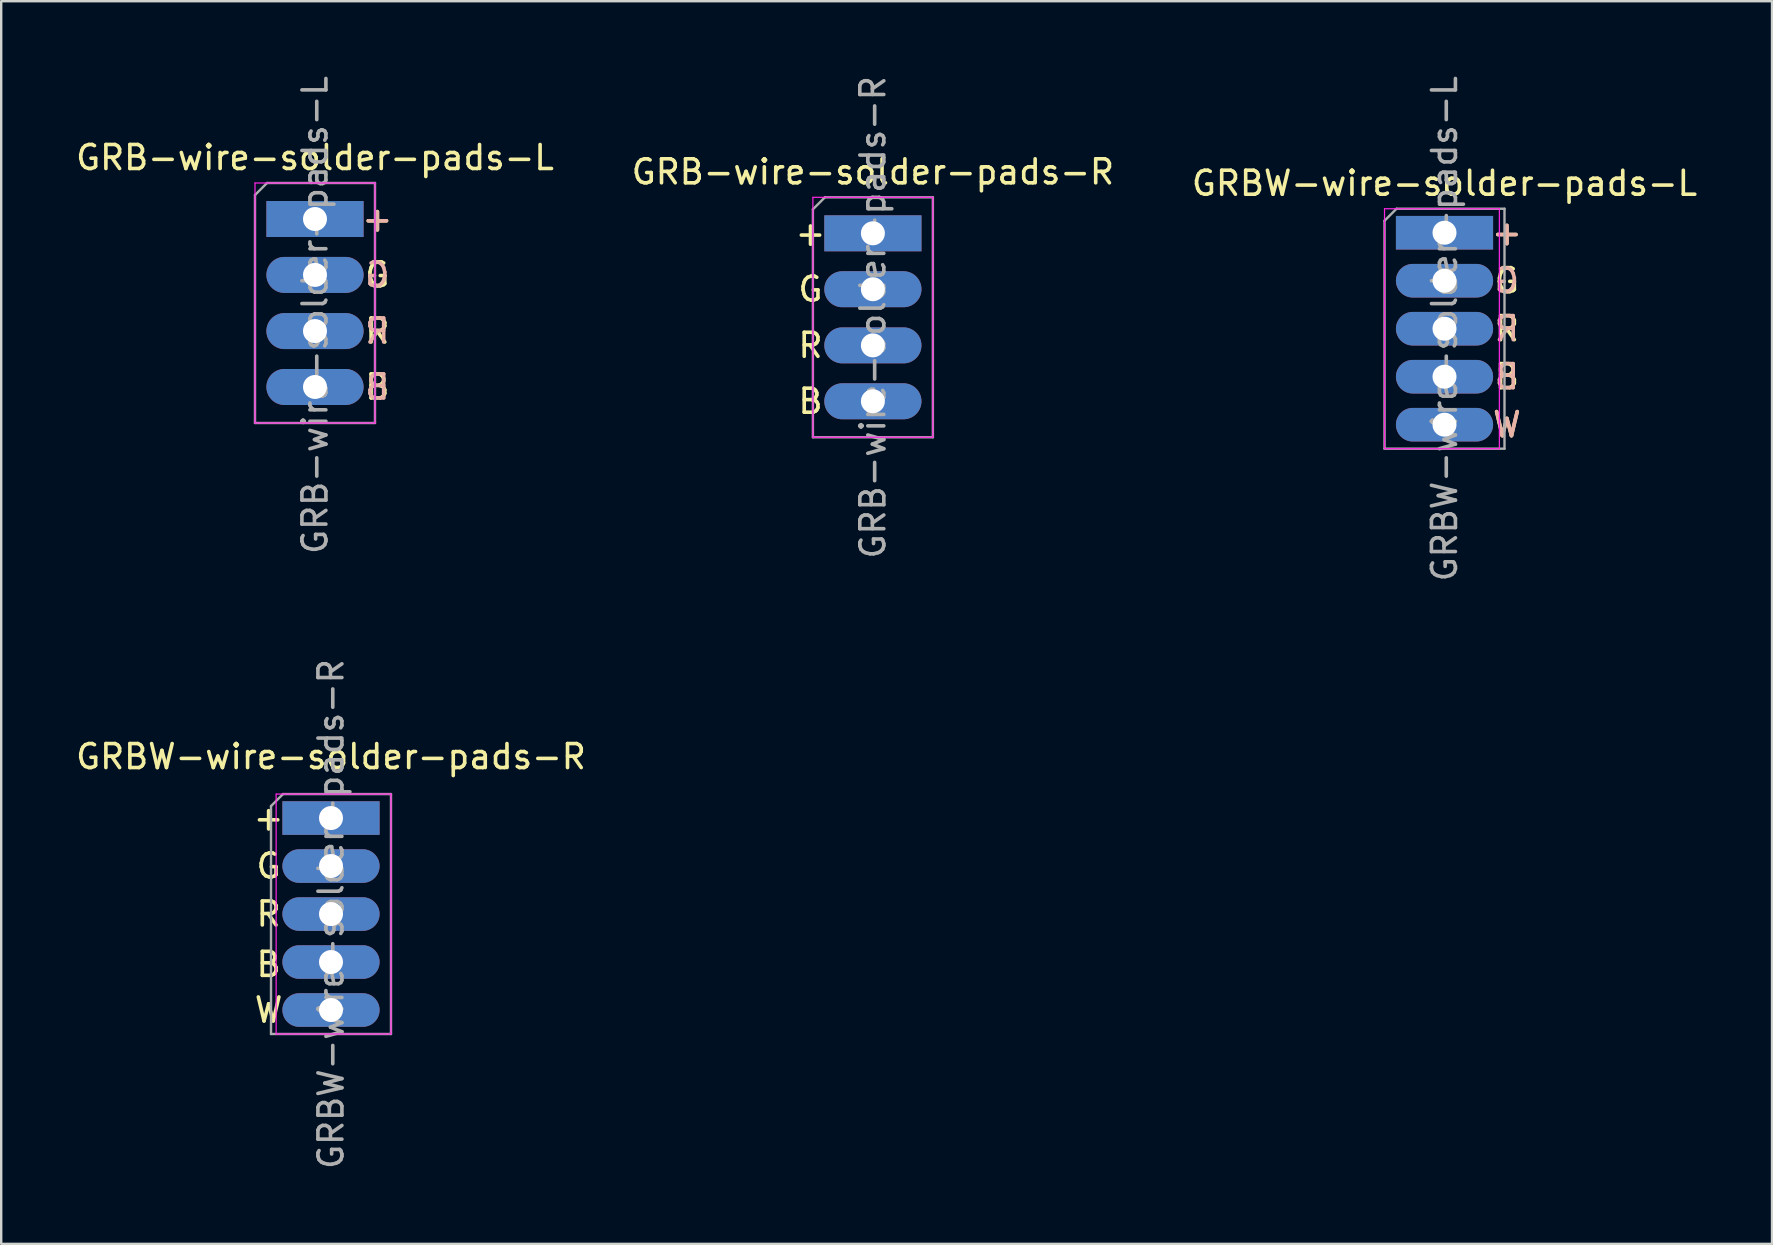
<source format=kicad_pcb>
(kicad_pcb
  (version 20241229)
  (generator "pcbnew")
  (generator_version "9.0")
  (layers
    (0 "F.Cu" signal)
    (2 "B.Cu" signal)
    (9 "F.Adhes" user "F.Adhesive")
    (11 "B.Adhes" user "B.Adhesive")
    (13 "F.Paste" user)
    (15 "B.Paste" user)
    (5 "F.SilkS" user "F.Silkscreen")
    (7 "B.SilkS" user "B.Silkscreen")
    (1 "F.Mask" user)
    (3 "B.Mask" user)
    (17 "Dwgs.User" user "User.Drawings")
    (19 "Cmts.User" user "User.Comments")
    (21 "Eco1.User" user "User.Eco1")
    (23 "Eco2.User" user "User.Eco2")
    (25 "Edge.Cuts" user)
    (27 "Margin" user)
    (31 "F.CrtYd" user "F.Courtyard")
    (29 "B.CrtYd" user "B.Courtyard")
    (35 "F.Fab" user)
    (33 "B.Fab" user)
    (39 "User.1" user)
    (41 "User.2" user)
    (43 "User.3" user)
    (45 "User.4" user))
  (footprint "GRBW-wire-solder-pads-L"
    (layer "F.Cu")
    (at 57.149 6.649)
    (property "Reference" "GRBW-wire-solder-pads-L" (at 0 -2.06 0) (layer "F.SilkS") (effects (font (size 1 1) (thickness 0.15))))
    (attr through_hole)
    (fp_line (start -2.5 -1) (end -2.5 9) (stroke (width 0.05) (type solid)) (layer "F.CrtYd"))
    (fp_line (start -2.5 9) (end 2.286 9) (stroke (width 0.05) (type solid)) (layer "F.CrtYd"))
    (fp_line (start 2.286 -1) (end -2.5 -1) (stroke (width 0.05) (type solid)) (layer "F.CrtYd"))
    (fp_line (start 2.286 9) (end 2.286 -1) (stroke (width 0.05) (type solid)) (layer "F.CrtYd"))
    (fp_line (start -2.5 -0.5) (end -2 -1) (stroke (width 0.1) (type solid)) (layer "F.Fab"))
    (fp_line (start -2.5 9) (end -2.5 -0.5) (stroke (width 0.1) (type solid)) (layer "F.Fab"))
    (fp_line (start -2 -1) (end 2.5 -1) (stroke (width 0.1) (type solid)) (layer "F.Fab"))
    (fp_line (start 2.5 -1) (end 2.5 9) (stroke (width 0.1) (type solid)) (layer "F.Fab"))
    (fp_line (start 2.5 9) (end -2.5 9) (stroke (width 0.1) (type solid)) (layer "F.Fab"))
    (fp_text user "G" (at 2.6 2 0) (layer "F.SilkS") (effects (font (size 1 1) (thickness 0.15))))
    (fp_text user "+" (at 2.6 0 0) (layer "F.SilkS") (effects (font (size 1 1) (thickness 0.15))))
    (fp_text user "W" (at 2.6 8 0) (layer "F.SilkS") (effects (font (size 1 1) (thickness 0.15))))
    (fp_text user "B" (at 2.6 6 0) (layer "F.SilkS") (effects (font (size 1 1) (thickness 0.15))))
    (fp_text user "R" (at 2.6 4 0) (layer "F.SilkS") (effects (font (size 1 1) (thickness 0.15))))
    (fp_text user "R" (at 2.6 4 0) (layer "B.SilkS") (effects (font (size 1 1) (thickness 0.15)) (justify mirror)))
    (fp_text user "G" (at 2.6 2 0) (layer "B.SilkS") (effects (font (size 1 1) (thickness 0.15)) (justify mirror)))
    (fp_text user "B" (at 2.6 6 0) (layer "B.SilkS") (effects (font (size 1 1) (thickness 0.15)) (justify mirror)))
    (fp_text user "W" (at 2.6 8 0) (layer "B.SilkS") (effects (font (size 1 1) (thickness 0.15)) (justify mirror)))
    (fp_text user "+" (at 2.6 0 0) (layer "B.SilkS") (effects (font (size 1 1) (thickness 0.15)) (justify mirror)))
    (fp_text user "${REFERENCE}" (at 0 4 90) (layer "F.Fab") (effects (font (size 1 1) (thickness 0.15))))
    (pad "+" thru_hole rect (at 0 0) (size 4.05 1.4) (drill 1) (layers "*.Cu" "*.Mask"))
    (pad "B" thru_hole oval (at 0 6) (size 4.05 1.4) (drill 1) (layers "*.Cu" "*.Mask"))
    (pad "G" thru_hole oval (at 0 2) (size 4.05 1.4) (drill 1) (layers "*.Cu" "*.Mask"))
    (pad "R" thru_hole oval (at 0 4) (size 4.05 1.4) (drill 1) (layers "*.Cu" "*.Mask"))
    (pad "W" thru_hole oval (at 0 8) (size 4.05 1.4) (drill 1) (layers "*.Cu" "*.Mask")))
  (footprint "GRBW-wire-solder-pads-R"
    (layer "F.Cu")
    (at 10.744 31.042)
    (property "Reference" "GRBW-wire-solder-pads-R" (at 0 -2.56 0) (layer "F.SilkS") (effects (font (size 1 1) (thickness 0.15))))
    (attr through_hole)
    (fp_line (start -2.286 -1) (end -2.286 9) (stroke (width 0.05) (type solid)) (layer "F.CrtYd"))
    (fp_line (start -2.286 9) (end 2.5 9) (stroke (width 0.05) (type solid)) (layer "F.CrtYd"))
    (fp_line (start 2.5 -1) (end -2.286 -1) (stroke (width 0.05) (type solid)) (layer "F.CrtYd"))
    (fp_line (start 2.5 9) (end 2.5 -1) (stroke (width 0.05) (type solid)) (layer "F.CrtYd"))
    (fp_line (start -2.5 -0.5) (end -2 -1) (stroke (width 0.1) (type solid)) (layer "F.Fab"))
    (fp_line (start -2.5 9) (end -2.5 -0.5) (stroke (width 0.1) (type solid)) (layer "F.Fab"))
    (fp_line (start -2 -1) (end 2.5 -1) (stroke (width 0.1) (type solid)) (layer "F.Fab"))
    (fp_line (start 2.5 -1) (end 2.5 9) (stroke (width 0.1) (type solid)) (layer "F.Fab"))
    (fp_line (start 2.5 9) (end -2.5 9) (stroke (width 0.1) (type solid)) (layer "F.Fab"))
    (fp_text user "B" (at -2.6 6.1 0) (layer "F.SilkS") (effects (font (size 1 1) (thickness 0.15))))
    (fp_text user "R" (at -2.6 4 0) (layer "F.SilkS") (effects (font (size 1 1) (thickness 0.15))))
    (fp_text user "G" (at -2.6 2 0) (layer "F.SilkS") (effects (font (size 1 1) (thickness 0.15))))
    (fp_text user "W" (at -2.6 8 0) (layer "F.SilkS") (effects (font (size 1 1) (thickness 0.15))))
    (fp_text user "+" (at -2.6 0 0) (layer "F.SilkS") (effects (font (size 1 1) (thickness 0.15))))
    (fp_text user "${REFERENCE}" (at 0 4 90) (layer "F.Fab") (effects (font (size 1 1) (thickness 0.15))))
    (pad "+" thru_hole rect (at 0 0) (size 4.05 1.4) (drill 1) (layers "*.Cu" "*.Mask"))
    (pad "B" thru_hole oval (at 0 6) (size 4.05 1.4) (drill 1) (layers "*.Cu" "*.Mask"))
    (pad "G" thru_hole oval (at 0 2) (size 4.05 1.4) (drill 1) (layers "*.Cu" "*.Mask"))
    (pad "R" thru_hole oval (at 0 4) (size 4.05 1.4) (drill 1) (layers "*.Cu" "*.Mask"))
    (pad "W" thru_hole oval (at 0 8) (size 4.05 1.4) (drill 1) (layers "*.Cu" "*.Mask")))
  (footprint "GRB-wire-solder-pads-L"
    (layer "F.Cu")
    (at 10.077 6.077)
    (property "Reference" "GRB-wire-solder-pads-L" (at 0 -2.56 0) (layer "F.SilkS") (effects (font (size 1 1) (thickness 0.15))))
    (attr through_hole)
    (fp_line (start -2.5 -1.5) (end -2.5 8.5) (stroke (width 0.05) (type solid)) (layer "F.CrtYd"))
    (fp_line (start -2.5 8.5) (end 2.5 8.5) (stroke (width 0.05) (type solid)) (layer "F.CrtYd"))
    (fp_line (start 2.5 -1.5) (end -2.5 -1.5) (stroke (width 0.05) (type solid)) (layer "F.CrtYd"))
    (fp_line (start 2.5 8.5) (end 2.5 -1.5) (stroke (width 0.05) (type solid)) (layer "F.CrtYd"))
    (fp_line (start -2.5 -1) (end -2 -1.5) (stroke (width 0.1) (type solid)) (layer "F.Fab"))
    (fp_line (start -2.5 8.5) (end -2.5 -1) (stroke (width 0.1) (type solid)) (layer "F.Fab"))
    (fp_line (start -2 -1.5) (end 2.5 -1.5) (stroke (width 0.1) (type solid)) (layer "F.Fab"))
    (fp_line (start 2.5 -1.5) (end 2.5 8.5) (stroke (width 0.1) (type solid)) (layer "F.Fab"))
    (fp_line (start 2.5 8.5) (end -2.5 8.5) (stroke (width 0.1) (type solid)) (layer "F.Fab"))
    (fp_text user "G" (at 2.6 2.33 0) (layer "F.SilkS") (effects (font (size 1 1) (thickness 0.15))))
    (fp_text user "+" (at 2.6 0 0) (layer "F.SilkS") (effects (font (size 1 1) (thickness 0.15))))
    (fp_text user "B" (at 2.6 7 0) (layer "F.SilkS") (effects (font (size 1 1) (thickness 0.15))))
    (fp_text user "R" (at 2.6 4.67 0) (layer "F.SilkS") (effects (font (size 1 1) (thickness 0.15))))
    (fp_text user "R" (at 2.6 4.67 0) (layer "B.SilkS") (effects (font (size 1 1) (thickness 0.15)) (justify mirror)))
    (fp_text user "B" (at 2.6 7 0) (layer "B.SilkS") (effects (font (size 1 1) (thickness 0.15)) (justify mirror)))
    (fp_text user "+" (at 2.6 0 0) (layer "B.SilkS") (effects (font (size 1 1) (thickness 0.15)) (justify mirror)))
    (fp_text user "G" (at 2.6 2.33 0) (layer "B.SilkS") (effects (font (size 1 1) (thickness 0.15)) (justify mirror)))
    (fp_text user "${REFERENCE}" (at 0 4 90) (layer "F.Fab") (effects (font (size 1 1) (thickness 0.15))))
    (pad "+" thru_hole rect (at 0 0) (size 4.05 1.5) (drill 1) (layers "*.Cu" "*.Mask"))
    (pad "B" thru_hole oval (at 0 7) (size 4.05 1.5) (drill 1) (layers "*.Cu" "*.Mask"))
    (pad "G" thru_hole oval (at 0 2.33) (size 4.05 1.5) (drill 1) (layers "*.Cu" "*.Mask"))
    (pad "R" thru_hole oval (at 0 4.67) (size 4.05 1.5) (drill 1) (layers "*.Cu" "*.Mask")))
  (footprint "GRB-wire-solder-pads-R"
    (layer "F.Cu")
    (at 33.327 6.673)
    (property "Reference" "GRB-wire-solder-pads-R" (at 0 -2.56 0) (layer "F.SilkS") (effects (font (size 1 1) (thickness 0.15))))
    (attr through_hole)
    (fp_line (start -2.5 -1.5) (end -2.5 8.5) (stroke (width 0.05) (type solid)) (layer "F.CrtYd"))
    (fp_line (start -2.5 8.5) (end 2.5 8.5) (stroke (width 0.05) (type solid)) (layer "F.CrtYd"))
    (fp_line (start 2.5 -1.5) (end -2.5 -1.5) (stroke (width 0.05) (type solid)) (layer "F.CrtYd"))
    (fp_line (start 2.5 8.5) (end 2.5 -1.5) (stroke (width 0.05) (type solid)) (layer "F.CrtYd"))
    (fp_line (start -2.5 -1) (end -2 -1.5) (stroke (width 0.1) (type solid)) (layer "F.Fab"))
    (fp_line (start -2.5 8.5) (end -2.5 -1) (stroke (width 0.1) (type solid)) (layer "F.Fab"))
    (fp_line (start -2 -1.5) (end 2.5 -1.5) (stroke (width 0.1) (type solid)) (layer "F.Fab"))
    (fp_line (start 2.5 -1.5) (end 2.5 8.5) (stroke (width 0.1) (type solid)) (layer "F.Fab"))
    (fp_line (start 2.5 8.5) (end -2.5 8.5) (stroke (width 0.1) (type solid)) (layer "F.Fab"))
    (fp_text user "R" (at -2.6 4.67 0) (layer "F.SilkS") (effects (font (size 1 1) (thickness 0.15))))
    (fp_text user "B" (at -2.6 7 0) (layer "F.SilkS") (effects (font (size 1 1) (thickness 0.15))))
    (fp_text user "G" (at -2.6 2.33 0) (layer "F.SilkS") (effects (font (size 1 1) (thickness 0.15))))
    (fp_text user "+" (at -2.6 0 0) (layer "F.SilkS") (effects (font (size 1 1) (thickness 0.15))))
    (fp_text user "${REFERENCE}" (at 0 3.5 90) (layer "F.Fab") (effects (font (size 1 1) (thickness 0.15))))
    (pad "+" thru_hole rect (at 0 0) (size 4.05 1.5) (drill 1) (layers "*.Cu" "*.Mask"))
    (pad "B" thru_hole oval (at 0 7) (size 4.05 1.5) (drill 1) (layers "*.Cu" "*.Mask"))
    (pad "G" thru_hole oval (at 0 2.33) (size 4.05 1.5) (drill 1) (layers "*.Cu" "*.Mask"))
    (pad "R" thru_hole oval (at 0 4.67) (size 4.05 1.5) (drill 1) (layers "*.Cu" "*.Mask")))
  (gr_rect
    (start -3 -3)
    (end 70.798 48.786)
    (stroke (width 0.1) (type default))
    (fill no)
    (layer "Edge.Cuts")))
</source>
